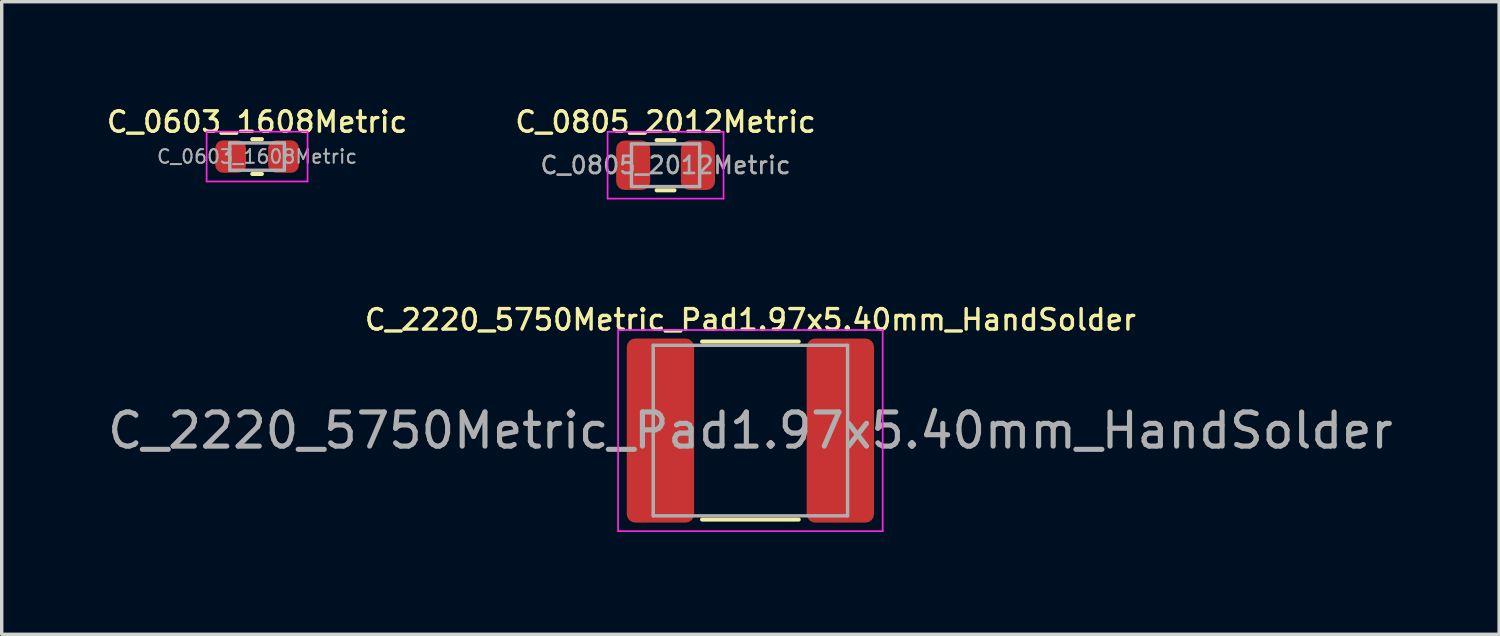
<source format=kicad_pcb>
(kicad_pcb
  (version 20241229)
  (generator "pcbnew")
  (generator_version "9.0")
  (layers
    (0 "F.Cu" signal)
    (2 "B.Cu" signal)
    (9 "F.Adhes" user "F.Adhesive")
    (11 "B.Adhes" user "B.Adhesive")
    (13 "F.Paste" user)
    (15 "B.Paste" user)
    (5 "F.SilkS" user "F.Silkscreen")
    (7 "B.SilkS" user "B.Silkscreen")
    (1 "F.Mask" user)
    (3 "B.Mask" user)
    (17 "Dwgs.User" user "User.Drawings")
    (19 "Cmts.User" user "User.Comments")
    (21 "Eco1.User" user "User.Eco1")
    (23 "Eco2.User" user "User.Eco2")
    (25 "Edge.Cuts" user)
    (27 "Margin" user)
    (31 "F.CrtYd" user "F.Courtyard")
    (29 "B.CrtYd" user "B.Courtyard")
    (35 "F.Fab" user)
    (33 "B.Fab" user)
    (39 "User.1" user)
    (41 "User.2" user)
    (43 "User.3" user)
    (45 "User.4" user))
  (footprint "C_2220_5750Metric_Pad1.97x5.40mm_HandSolder"
    (layer "F.Cu")
    (at 18.958 9.578)
    (property "Reference" "C_2220_5750Metric_Pad1.97x5.40mm_HandSolder" (at 0 -3.25 0) (layer "F.SilkS") (effects (font (size 0.6 0.6) (thickness 0.1) (bold yes))))
    (attr smd)
    (fp_line (start -1.416 -2.61) (end 1.416 -2.61) (stroke (width 0.12) (type solid)) (layer "F.SilkS"))
    (fp_line (start -1.416 2.61) (end 1.416 2.61) (stroke (width 0.12) (type solid)) (layer "F.SilkS"))
    (fp_line (start -3.88 -2.95) (end 3.88 -2.95) (stroke (width 0.05) (type solid)) (layer "F.CrtYd"))
    (fp_line (start -3.88 2.95) (end -3.88 -2.95) (stroke (width 0.05) (type solid)) (layer "F.CrtYd"))
    (fp_line (start 3.88 -2.95) (end 3.88 2.95) (stroke (width 0.05) (type solid)) (layer "F.CrtYd"))
    (fp_line (start 3.88 2.95) (end -3.88 2.95) (stroke (width 0.05) (type solid)) (layer "F.CrtYd"))
    (fp_line (start -2.85 -2.5) (end 2.85 -2.5) (stroke (width 0.1) (type solid)) (layer "F.Fab"))
    (fp_line (start -2.85 2.5) (end -2.85 -2.5) (stroke (width 0.1) (type solid)) (layer "F.Fab"))
    (fp_line (start 2.85 -2.5) (end 2.85 2.5) (stroke (width 0.1) (type solid)) (layer "F.Fab"))
    (fp_line (start 2.85 2.5) (end -2.85 2.5) (stroke (width 0.1) (type solid)) (layer "F.Fab"))
    (fp_text user "${REFERENCE}" (at 0 0 0) (layer "F.Fab") (effects (font (size 1 1) (thickness 0.15))))
    (pad "1" smd roundrect (at -2.638 0) (size 1.975 5.4) (layers "F.Cu" "F.Mask" "F.Paste") (roundrect_rratio 0.127))
    (pad "2" smd roundrect (at 2.638 0) (size 1.975 5.4) (layers "F.Cu" "F.Mask" "F.Paste") (roundrect_rratio 0.127)))
  (footprint "C_0805_2012Metric"
    (layer "F.Cu")
    (at 16.47 1.796)
    (property "Reference" "C_0805_2012Metric" (at 0 -1.27 0) (layer "F.SilkS") (effects (font (size 0.6 0.6) (thickness 0.1))))
    (attr smd)
    (fp_line (start -0.261 -0.735) (end 0.261 -0.735) (stroke (width 0.12) (type solid)) (layer "F.SilkS"))
    (fp_line (start -0.261 0.735) (end 0.261 0.735) (stroke (width 0.12) (type solid)) (layer "F.SilkS"))
    (fp_line (start -1.7 -0.98) (end 1.7 -0.98) (stroke (width 0.05) (type solid)) (layer "F.CrtYd"))
    (fp_line (start -1.7 0.98) (end -1.7 -0.98) (stroke (width 0.05) (type solid)) (layer "F.CrtYd"))
    (fp_line (start 1.7 -0.98) (end 1.7 0.98) (stroke (width 0.05) (type solid)) (layer "F.CrtYd"))
    (fp_line (start 1.7 0.98) (end -1.7 0.98) (stroke (width 0.05) (type solid)) (layer "F.CrtYd"))
    (fp_line (start -1 -0.625) (end 1 -0.625) (stroke (width 0.1) (type solid)) (layer "F.Fab"))
    (fp_line (start -1 0.625) (end -1 -0.625) (stroke (width 0.1) (type solid)) (layer "F.Fab"))
    (fp_line (start 1 -0.625) (end 1 0.625) (stroke (width 0.1) (type solid)) (layer "F.Fab"))
    (fp_line (start 1 0.625) (end -1 0.625) (stroke (width 0.1) (type solid)) (layer "F.Fab"))
    (fp_text user "${REFERENCE}" (at 0 0 0) (layer "F.Fab") (effects (font (size 0.5 0.5) (thickness 0.08))))
    (pad "1" smd roundrect (at -0.95 0) (size 1 1.45) (layers "F.Cu" "F.Mask" "F.Paste") (roundrect_rratio 0.25))
    (pad "2" smd roundrect (at 0.95 0) (size 1 1.45) (layers "F.Cu" "F.Mask" "F.Paste") (roundrect_rratio 0.25)))
  (footprint "C_0603_1608Metric"
    (layer "F.Cu")
    (at 4.49 1.542)
    (property "Reference" "C_0603_1608Metric" (at 0 -1.016 0) (layer "F.SilkS") (effects (font (size 0.6 0.6) (thickness 0.1))))
    (attr smd)
    (fp_line (start -0.141 -0.51) (end 0.141 -0.51) (stroke (width 0.12) (type solid)) (layer "F.SilkS"))
    (fp_line (start -0.141 0.51) (end 0.141 0.51) (stroke (width 0.12) (type solid)) (layer "F.SilkS"))
    (fp_line (start -1.48 -0.73) (end 1.48 -0.73) (stroke (width 0.05) (type solid)) (layer "F.CrtYd"))
    (fp_line (start -1.48 0.73) (end -1.48 -0.73) (stroke (width 0.05) (type solid)) (layer "F.CrtYd"))
    (fp_line (start 1.48 -0.73) (end 1.48 0.73) (stroke (width 0.05) (type solid)) (layer "F.CrtYd"))
    (fp_line (start 1.48 0.73) (end -1.48 0.73) (stroke (width 0.05) (type solid)) (layer "F.CrtYd"))
    (fp_line (start -0.8 -0.4) (end 0.8 -0.4) (stroke (width 0.1) (type solid)) (layer "F.Fab"))
    (fp_line (start -0.8 0.4) (end -0.8 -0.4) (stroke (width 0.1) (type solid)) (layer "F.Fab"))
    (fp_line (start 0.8 -0.4) (end 0.8 0.4) (stroke (width 0.1) (type solid)) (layer "F.Fab"))
    (fp_line (start 0.8 0.4) (end -0.8 0.4) (stroke (width 0.1) (type solid)) (layer "F.Fab"))
    (fp_text user "${REFERENCE}" (at 0 0 0) (layer "F.Fab") (effects (font (size 0.4 0.4) (thickness 0.06))))
    (pad "1" smd roundrect (at -0.775 0) (size 0.9 0.95) (layers "F.Cu" "F.Mask" "F.Paste") (roundrect_rratio 0.25))
    (pad "2" smd roundrect (at 0.775 0) (size 0.9 0.95) (layers "F.Cu" "F.Mask" "F.Paste") (roundrect_rratio 0.25)))
  (gr_rect
    (start -3 -3)
    (end 40.917 15.553)
    (stroke (width 0.1) (type default))
    (fill no)
    (layer "Edge.Cuts")))
</source>
